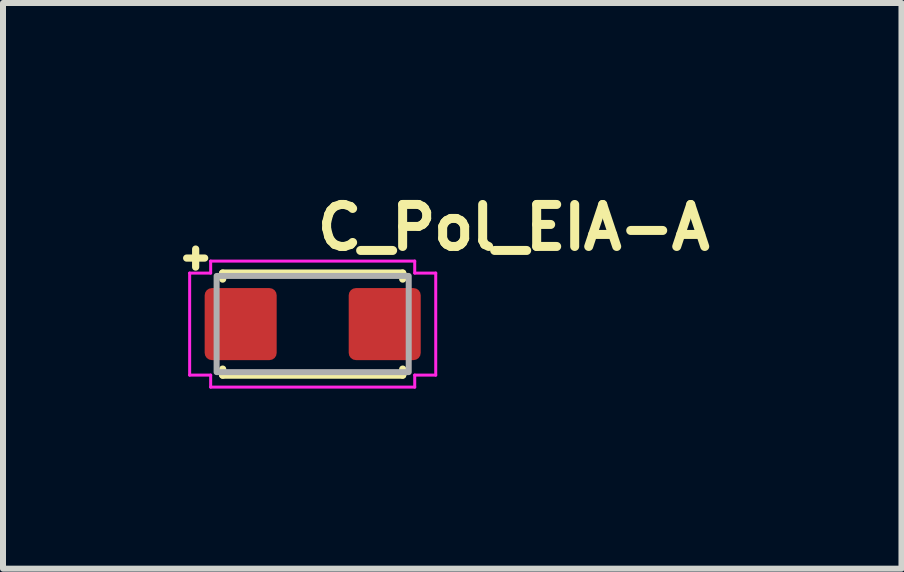
<source format=kicad_pcb>
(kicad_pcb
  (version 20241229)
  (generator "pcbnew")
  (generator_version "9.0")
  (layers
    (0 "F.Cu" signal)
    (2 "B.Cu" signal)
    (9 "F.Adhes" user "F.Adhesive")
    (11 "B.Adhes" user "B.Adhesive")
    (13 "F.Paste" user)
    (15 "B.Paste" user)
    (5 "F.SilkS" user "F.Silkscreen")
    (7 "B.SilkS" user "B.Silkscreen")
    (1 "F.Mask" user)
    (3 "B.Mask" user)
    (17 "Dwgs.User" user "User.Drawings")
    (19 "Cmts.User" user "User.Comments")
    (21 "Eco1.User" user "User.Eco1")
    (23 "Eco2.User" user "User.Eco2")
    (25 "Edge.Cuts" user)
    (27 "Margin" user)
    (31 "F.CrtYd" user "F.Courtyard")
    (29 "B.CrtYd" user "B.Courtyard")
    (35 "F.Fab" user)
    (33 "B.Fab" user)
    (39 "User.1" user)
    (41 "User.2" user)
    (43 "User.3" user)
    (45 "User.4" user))
  (footprint "C_Pol_EIA-A"
    (layer "F.Cu")
    (at 2.16 2.35)
    (property "Reference" "C_Pol_EIA-A" (at 0 -1.2 0) (layer "F.SilkS") (effects (font (size 0.7 0.7) (thickness 0.15)) (justify left bottom)))
    (attr smd)
    (fp_line (start -2.1 -1.1) (end -1.8 -1.1) (stroke (width 0.12) (type solid)) (layer "F.SilkS"))
    (fp_line (start -1.95 -1.25) (end -1.95 -0.95) (stroke (width 0.12) (type solid)) (layer "F.SilkS"))
    (fp_line (start -1.5 -0.85) (end 1.5 -0.85) (stroke (width 0.12) (type solid)) (layer "F.SilkS"))
    (fp_line (start -1.5 -0.75) (end -1.5 -0.85) (stroke (width 0.12) (type solid)) (layer "F.SilkS"))
    (fp_line (start -1.5 0.75) (end -1.5 0.85) (stroke (width 0.12) (type solid)) (layer "F.SilkS"))
    (fp_line (start 1.5 -0.75) (end 1.5 -0.85) (stroke (width 0.12) (type solid)) (layer "F.SilkS"))
    (fp_line (start 1.5 0.75) (end 1.5 0.85) (stroke (width 0.12) (type solid)) (layer "F.SilkS"))
    (fp_line (start 1.5 0.85) (end -1.5 0.85) (stroke (width 0.12) (type solid)) (layer "F.SilkS"))
    (fp_line (start -2.05 -0.85) (end -2.05 0.85) (stroke (width 0.05) (type solid)) (layer "F.CrtYd"))
    (fp_line (start -1.7 -0.85) (end -2.05 -0.85) (stroke (width 0.05) (type solid)) (layer "F.CrtYd"))
    (fp_line (start -1.7 -0.85) (end -1.7 -1.05) (stroke (width 0.05) (type solid)) (layer "F.CrtYd"))
    (fp_line (start -1.7 0.85) (end -2.05 0.85) (stroke (width 0.05) (type solid)) (layer "F.CrtYd"))
    (fp_line (start -1.7 1.05) (end -1.7 0.85) (stroke (width 0.05) (type solid)) (layer "F.CrtYd"))
    (fp_line (start 1.7 -1.05) (end -1.7 -1.05) (stroke (width 0.05) (type solid)) (layer "F.CrtYd"))
    (fp_line (start 1.7 -0.85) (end 1.7 -1.05) (stroke (width 0.05) (type solid)) (layer "F.CrtYd"))
    (fp_line (start 1.7 1.05) (end -1.7 1.05) (stroke (width 0.05) (type solid)) (layer "F.CrtYd"))
    (fp_line (start 1.7 1.05) (end 1.7 0.85) (stroke (width 0.05) (type solid)) (layer "F.CrtYd"))
    (fp_line (start 2.05 -0.85) (end 1.7 -0.85) (stroke (width 0.05) (type solid)) (layer "F.CrtYd"))
    (fp_line (start 2.05 -0.85) (end 2.05 0.85) (stroke (width 0.05) (type solid)) (layer "F.CrtYd"))
    (fp_line (start 2.05 0.85) (end 1.7 0.85) (stroke (width 0.05) (type solid)) (layer "F.CrtYd"))
    (fp_rect (start -1.601 -0.802) (end 1.6 0.8) (stroke (width 0.1) (type solid)) (fill no) (layer "F.Fab"))
    (fp_rect (start -1.601 -0.802) (end 1.6 0.8) (stroke (width 0.1) (type solid)) (fill no) (layer "User.5"))
    (fp_line (start -1.601 0.598) (end -1.601 -0.6) (stroke (width 0.02) (type solid)) (layer "User.9"))
    (fp_line (start -1.452 -0.802) (end -1.452 -0.6) (stroke (width 0.02) (type solid)) (layer "User.9"))
    (fp_line (start -1.452 -0.6) (end -1.601 -0.6) (stroke (width 0.02) (type solid)) (layer "User.9"))
    (fp_line (start -1.452 -0.6) (end -1.452 0.598) (stroke (width 0.02) (type solid)) (layer "User.9"))
    (fp_line (start -1.452 0.598) (end -1.601 0.598) (stroke (width 0.02) (type solid)) (layer "User.9"))
    (fp_line (start -1.452 0.598) (end -1.452 0.8) (stroke (width 0.02) (type solid)) (layer "User.9"))
    (fp_line (start -1.452 0.8) (end 1.449 0.8) (stroke (width 0.02) (type solid)) (layer "User.9"))
    (fp_line (start -1.377 -0.727) (end -1.452 -0.802) (stroke (width 0.02) (type solid)) (layer "User.9"))
    (fp_line (start -1.377 -0.727) (end -1.377 0.725) (stroke (width 0.02) (type solid)) (layer "User.9"))
    (fp_line (start -1.377 0.725) (end -1.452 0.8) (stroke (width 0.02) (type solid)) (layer "User.9"))
    (fp_line (start -1.377 0.725) (end 1.376 0.725) (stroke (width 0.02) (type solid)) (layer "User.9"))
    (fp_line (start -1.28 0.12) (end -1.28 0.663) (stroke (width 0.02) (type solid)) (layer "User.9"))
    (fp_line (start -1.28 0.663) (end -1.014 0.663) (stroke (width 0.02) (type solid)) (layer "User.9"))
    (fp_line (start -1.278 -0.673) (end -1.278 -0.13) (stroke (width 0.02) (type solid)) (layer "User.9"))
    (fp_line (start -1.014 0.663) (end -1.014 0.12) (stroke (width 0.02) (type solid)) (layer "User.9"))
    (fp_line (start -1.012 -0.673) (end -1.278 -0.673) (stroke (width 0.02) (type solid)) (layer "User.9"))
    (fp_line (start -1.012 -0.13) (end -1.012 -0.673) (stroke (width 0.02) (type solid)) (layer "User.9"))
    (fp_line (start 1.376 -0.727) (end -1.377 -0.727) (stroke (width 0.02) (type solid)) (layer "User.9"))
    (fp_line (start 1.376 -0.727) (end 1.449 -0.802) (stroke (width 0.02) (type solid)) (layer "User.9"))
    (fp_line (start 1.376 0.725) (end 1.376 -0.727) (stroke (width 0.02) (type solid)) (layer "User.9"))
    (fp_line (start 1.376 0.725) (end 1.449 0.8) (stroke (width 0.02) (type solid)) (layer "User.9"))
    (fp_line (start 1.449 -0.802) (end -1.452 -0.802) (stroke (width 0.02) (type solid)) (layer "User.9"))
    (fp_line (start 1.449 -0.6) (end 1.449 -0.802) (stroke (width 0.02) (type solid)) (layer "User.9"))
    (fp_line (start 1.449 -0.6) (end 1.449 0.598) (stroke (width 0.02) (type solid)) (layer "User.9"))
    (fp_line (start 1.449 0.8) (end 1.449 0.598) (stroke (width 0.02) (type solid)) (layer "User.9"))
    (fp_line (start 1.6 -0.6) (end 1.449 -0.6) (stroke (width 0.02) (type solid)) (layer "User.9"))
    (fp_line (start 1.6 0.598) (end 1.449 0.598) (stroke (width 0.02) (type solid)) (layer "User.9"))
    (fp_line (start 1.6 0.598) (end 1.6 -0.6) (stroke (width 0.02) (type solid)) (layer "User.9"))
    (fp_arc (start -1.278 -0.13) (mid -1.145 -0.165439) (end -1.012 -0.13) (stroke (width 0.02) (type solid)) (layer "User.9"))
    (fp_arc (start -1.014 0.12) (mid -1.147 0.155439) (end -1.28 0.12) (stroke (width 0.02) (type solid)) (layer "User.9"))
    (pad "1" smd roundrect (at -1.2 0) (size 1.2 1.2) (layers "F.Cu" "F.Mask" "F.Paste") (roundrect_rratio 0.1))
    (pad "2" smd roundrect (at 1.2 0) (size 1.2 1.2) (layers "F.Cu" "F.Mask" "F.Paste") (roundrect_rratio 0.1)))
  (gr_rect
    (start -3 -3)
    (end 11.97 6.425)
    (stroke (width 0.1) (type default))
    (fill no)
    (layer "Edge.Cuts")))
</source>
